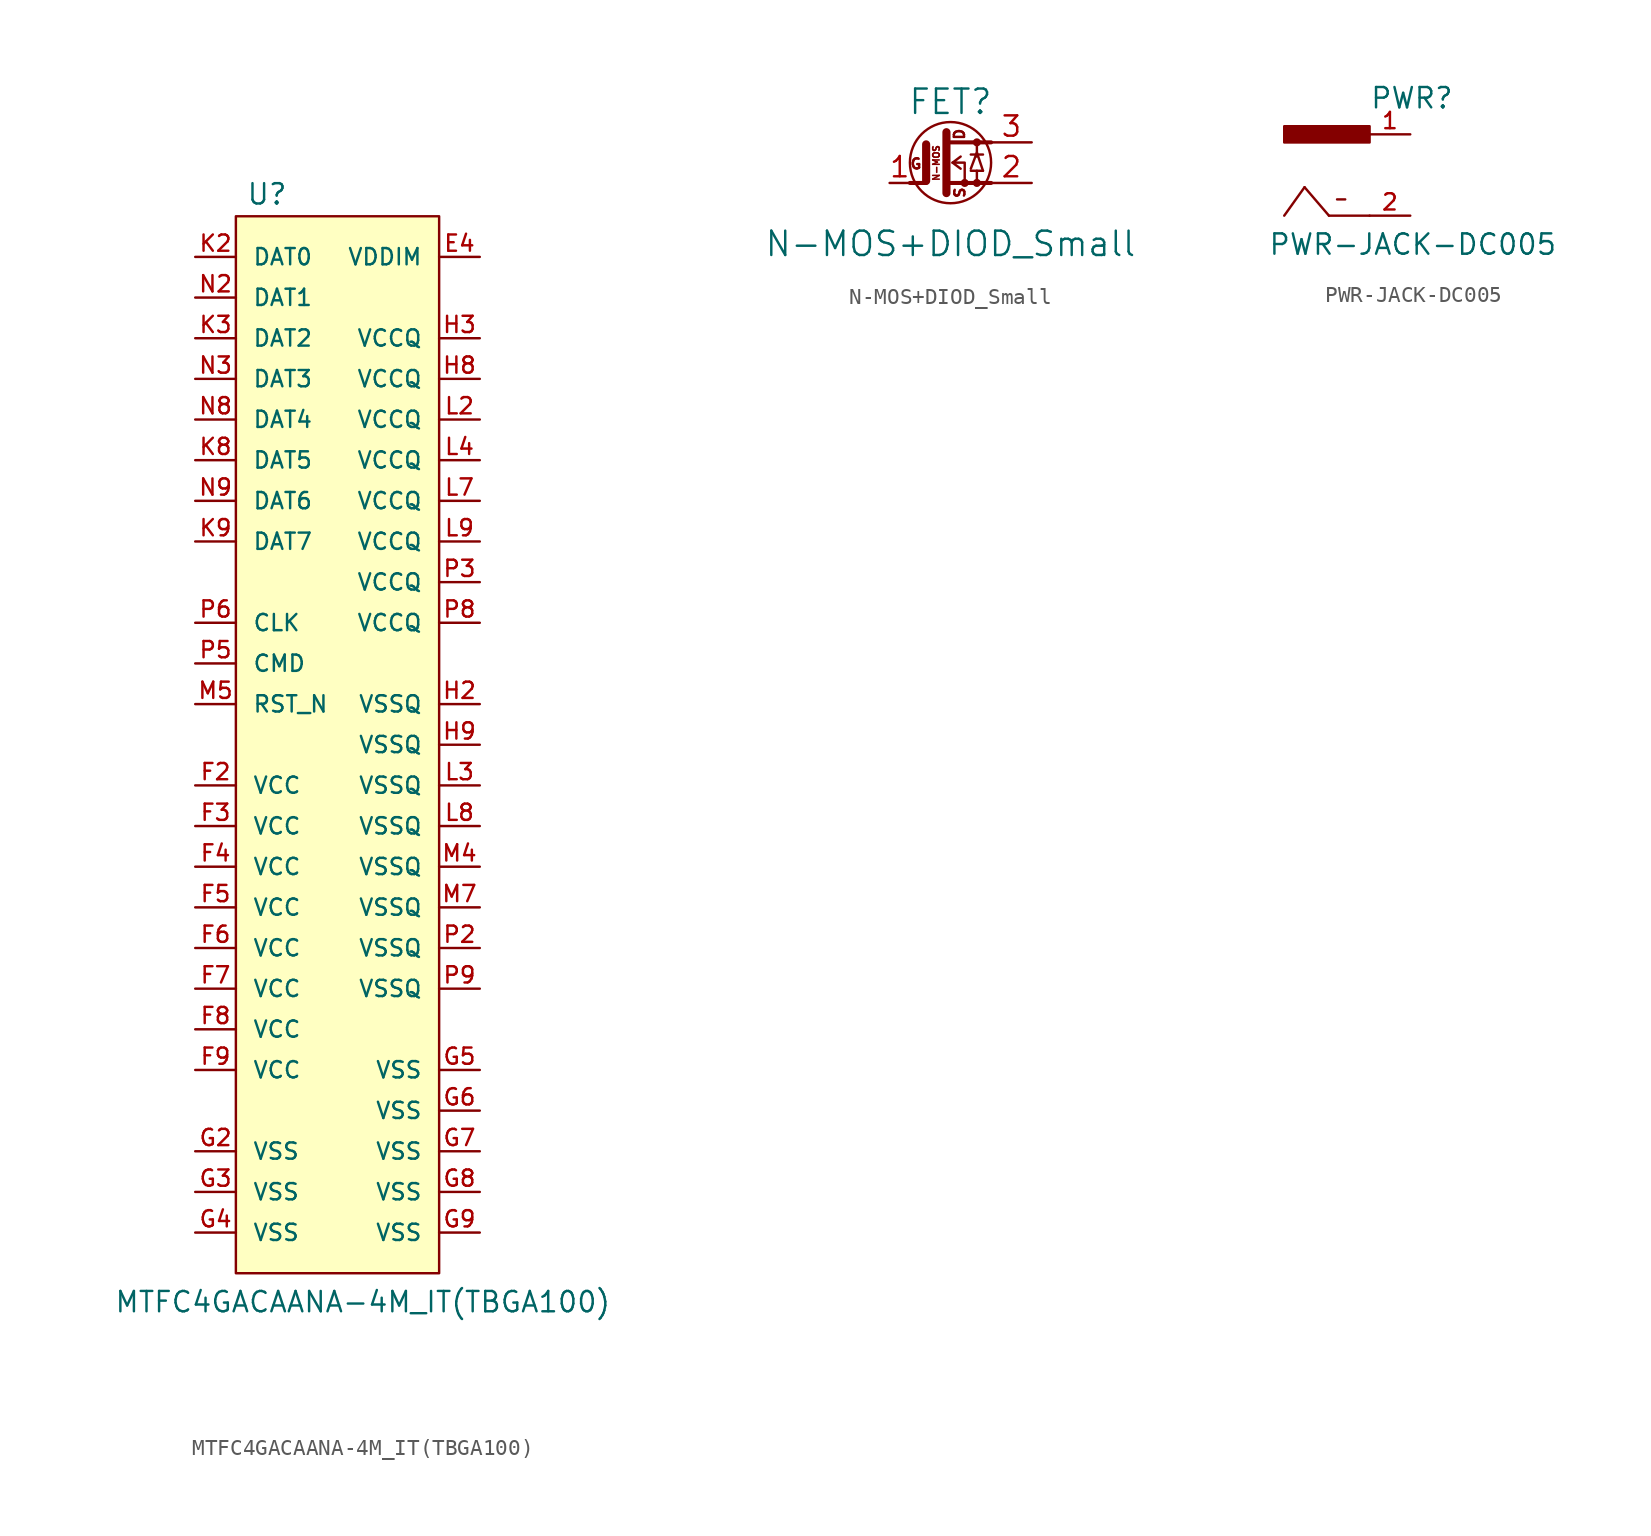
<source format=kicad_sym>
(kicad_symbol_lib
  (version 20241209)
  (generator "kicad_symbol_editor")
  (generator_version "9.0")
  (symbol "MTFC4GACAANA-4M_IT(TBGA100)"
    (pin_names
      (offset 1.016))
    (property "Reference" "U"
      (at -6.985 33.655 0)
      (effects (font (size 1.27 1.27)) (justify left bottom)))
    (property "Value" "MTFC4GACAANA-4M_IT(TBGA100)"
      (at -15.24 -35.56 0)
      (effects (font (size 1.27 1.27)) (justify left bottom)))
    (property "Datasheet" ""
      (at 0 0 0)
      (effects (font (size 1.524 1.524))))
    (symbol "MTFC4GACAANA-4M_IT(TBGA100)_1_0"
      (rectangle (start -7.62 33.02) (end 5.08 -33.02) (stroke (width 0) (type solid)) (fill (type background))))
    (symbol "MTFC4GACAANA-4M_IT(TBGA100)_1_1"
      (pin bidirectional line (at -10.16 30.48 0) (length 2.54) (name "DAT0" (effects (font (size 1.016 1.016)))) (number "K2" (effects (font (size 1.016 1.016)))))
      (pin bidirectional line (at -10.16 27.94 0) (length 2.54) (name "DAT1" (effects (font (size 1.016 1.016)))) (number "N2" (effects (font (size 1.016 1.016)))))
      (pin bidirectional line (at -10.16 25.4 0) (length 2.54) (name "DAT2" (effects (font (size 1.016 1.016)))) (number "K3" (effects (font (size 1.016 1.016)))))
      (pin bidirectional line (at -10.16 22.86 0) (length 2.54) (name "DAT3" (effects (font (size 1.016 1.016)))) (number "N3" (effects (font (size 1.016 1.016)))))
      (pin bidirectional line (at -10.16 20.32 0) (length 2.54) (name "DAT4" (effects (font (size 1.016 1.016)))) (number "N8" (effects (font (size 1.016 1.016)))))
      (pin bidirectional line (at -10.16 17.78 0) (length 2.54) (name "DAT5" (effects (font (size 1.016 1.016)))) (number "K8" (effects (font (size 1.016 1.016)))))
      (pin bidirectional line (at -10.16 15.24 0) (length 2.54) (name "DAT6" (effects (font (size 1.016 1.016)))) (number "N9" (effects (font (size 1.016 1.016)))))
      (pin bidirectional line (at -10.16 12.7 0) (length 2.54) (name "DAT7" (effects (font (size 1.016 1.016)))) (number "K9" (effects (font (size 1.016 1.016)))))
      (pin input line (at -10.16 7.62 0) (length 2.54) (name "CLK" (effects (font (size 1.016 1.016)))) (number "P6" (effects (font (size 1.016 1.016)))))
      (pin bidirectional line (at -10.16 5.08 0) (length 2.54) (name "CMD" (effects (font (size 1.016 1.016)))) (number "P5" (effects (font (size 1.016 1.016)))))
      (pin input line (at -10.16 2.54 0) (length 2.54) (name "RST_N" (effects (font (size 1.016 1.016)))) (number "M5" (effects (font (size 1.016 1.016)))))
      (pin power_in line (at -10.16 -2.54 0) (length 2.54) (name "VCC" (effects (font (size 1.016 1.016)))) (number "F2" (effects (font (size 1.016 1.016)))))
      (pin power_in line (at -10.16 -5.08 0) (length 2.54) (name "VCC" (effects (font (size 1.016 1.016)))) (number "F3" (effects (font (size 1.016 1.016)))))
      (pin power_in line (at -10.16 -7.62 0) (length 2.54) (name "VCC" (effects (font (size 1.016 1.016)))) (number "F4" (effects (font (size 1.016 1.016)))))
      (pin power_in line (at -10.16 -10.16 0) (length 2.54) (name "VCC" (effects (font (size 1.016 1.016)))) (number "F5" (effects (font (size 1.016 1.016)))))
      (pin power_in line (at -10.16 -12.7 0) (length 2.54) (name "VCC" (effects (font (size 1.016 1.016)))) (number "F6" (effects (font (size 1.016 1.016)))))
      (pin power_in line (at -10.16 -15.24 0) (length 2.54) (name "VCC" (effects (font (size 1.016 1.016)))) (number "F7" (effects (font (size 1.016 1.016)))))
      (pin power_in line (at -10.16 -17.78 0) (length 2.54) (name "VCC" (effects (font (size 1.016 1.016)))) (number "F8" (effects (font (size 1.016 1.016)))))
      (pin power_in line (at -10.16 -20.32 0) (length 2.54) (name "VCC" (effects (font (size 1.016 1.016)))) (number "F9" (effects (font (size 1.016 1.016)))))
      (pin power_in line (at -10.16 -25.4 0) (length 2.54) (name "VSS" (effects (font (size 1.016 1.016)))) (number "G2" (effects (font (size 1.016 1.016)))))
      (pin power_in line (at -10.16 -27.94 0) (length 2.54) (name "VSS" (effects (font (size 1.016 1.016)))) (number "G3" (effects (font (size 1.016 1.016)))))
      (pin power_in line (at -10.16 -30.48 0) (length 2.54) (name "VSS" (effects (font (size 1.016 1.016)))) (number "G4" (effects (font (size 1.016 1.016)))))
      (pin power_out line (at 7.62 30.48 180) (length 2.54) (name "VDDIM" (effects (font (size 1.016 1.016)))) (number "E4" (effects (font (size 1.016 1.016)))))
      (pin power_in line (at 7.62 25.4 180) (length 2.54) (name "VCCQ" (effects (font (size 1.016 1.016)))) (number "H3" (effects (font (size 1.016 1.016)))))
      (pin power_in line (at 7.62 22.86 180) (length 2.54) (name "VCCQ" (effects (font (size 1.016 1.016)))) (number "H8" (effects (font (size 1.016 1.016)))))
      (pin power_in line (at 7.62 20.32 180) (length 2.54) (name "VCCQ" (effects (font (size 1.016 1.016)))) (number "L2" (effects (font (size 1.016 1.016)))))
      (pin power_in line (at 7.62 17.78 180) (length 2.54) (name "VCCQ" (effects (font (size 1.016 1.016)))) (number "L4" (effects (font (size 1.016 1.016)))))
      (pin power_in line (at 7.62 15.24 180) (length 2.54) (name "VCCQ" (effects (font (size 1.016 1.016)))) (number "L7" (effects (font (size 1.016 1.016)))))
      (pin power_in line (at 7.62 12.7 180) (length 2.54) (name "VCCQ" (effects (font (size 1.016 1.016)))) (number "L9" (effects (font (size 1.016 1.016)))))
      (pin power_in line (at 7.62 10.16 180) (length 2.54) (name "VCCQ" (effects (font (size 1.016 1.016)))) (number "P3" (effects (font (size 1.016 1.016)))))
      (pin power_in line (at 7.62 7.62 180) (length 2.54) (name "VCCQ" (effects (font (size 1.016 1.016)))) (number "P8" (effects (font (size 1.016 1.016)))))
      (pin power_in line (at 7.62 2.54 180) (length 2.54) (name "VSSQ" (effects (font (size 1.016 1.016)))) (number "H2" (effects (font (size 1.016 1.016)))))
      (pin power_in line (at 7.62 0 180) (length 2.54) (name "VSSQ" (effects (font (size 1.016 1.016)))) (number "H9" (effects (font (size 1.016 1.016)))))
      (pin power_in line (at 7.62 -2.54 180) (length 2.54) (name "VSSQ" (effects (font (size 1.016 1.016)))) (number "L3" (effects (font (size 1.016 1.016)))))
      (pin power_in line (at 7.62 -5.08 180) (length 2.54) (name "VSSQ" (effects (font (size 1.016 1.016)))) (number "L8" (effects (font (size 1.016 1.016)))))
      (pin power_in line (at 7.62 -7.62 180) (length 2.54) (name "VSSQ" (effects (font (size 1.016 1.016)))) (number "M4" (effects (font (size 1.016 1.016)))))
      (pin power_in line (at 7.62 -10.16 180) (length 2.54) (name "VSSQ" (effects (font (size 1.016 1.016)))) (number "M7" (effects (font (size 1.016 1.016)))))
      (pin power_in line (at 7.62 -12.7 180) (length 2.54) (name "VSSQ" (effects (font (size 1.016 1.016)))) (number "P2" (effects (font (size 1.016 1.016)))))
      (pin power_in line (at 7.62 -15.24 180) (length 2.54) (name "VSSQ" (effects (font (size 1.016 1.016)))) (number "P9" (effects (font (size 1.016 1.016)))))
      (pin power_in line (at 7.62 -20.32 180) (length 2.54) (name "VSS" (effects (font (size 1.016 1.016)))) (number "G5" (effects (font (size 1.016 1.016)))))
      (pin power_in line (at 7.62 -22.86 180) (length 2.54) (name "VSS" (effects (font (size 1.016 1.016)))) (number "G6" (effects (font (size 1.016 1.016)))))
      (pin power_in line (at 7.62 -25.4 180) (length 2.54) (name "VSS" (effects (font (size 1.016 1.016)))) (number "G7" (effects (font (size 1.016 1.016)))))
      (pin power_in line (at 7.62 -27.94 180) (length 2.54) (name "VSS" (effects (font (size 1.016 1.016)))) (number "G8" (effects (font (size 1.016 1.016)))))
      (pin power_in line (at 7.62 -30.48 180) (length 2.54) (name "VSS" (effects (font (size 1.016 1.016)))) (number "G9" (effects (font (size 1.016 1.016)))))))
  (symbol "N-MOS+DIOD_Small"
    (pin_names
      (offset 0)
      (hide yes))
    (property "Reference" "FET"
      (at 0 3.81 0)
      (effects (font (size 1.524 1.524))))
    (property "Value" "N-MOS+DIOD_Small"
      (at 0 -5.08 0)
      (effects (font (size 1.524 1.524))))
    (property "Footprint" ""
      (at 0 0 90)
      (effects (font (size 1.524 1.524))))
    (property "Datasheet" ""
      (at 0 0 90)
      (effects (font (size 1.524 1.524))))
    (symbol "N-MOS+DIOD_Small_0_0"
      (text "N-MOS" (at -0.889 -0.025 900) (effects (font (size 0.406 0.406))))
      (text "D" (at 0.559 1.778 900) (effects (font (size 0.635 0.635))))
      (text "S" (at 0.584 -1.88 900) (effects (font (size 0.635 0.635)))))
    (symbol "N-MOS+DIOD_Small_0_1"
      (polyline (pts (xy -2.54 -1.27) (xy -1.524 -1.27)) (stroke (width 0.254) (type solid)) (fill (type none)))
      (polyline (pts (xy -1.524 -1.143) (xy -1.524 1.143)) (stroke (width 0.508) (type solid)) (fill (type none)))
      (polyline (pts (xy -0.254 -1.905) (xy -0.254 1.905)) (stroke (width 0.508) (type solid)) (fill (type none)))
      (circle (center 0 0) (radius 2.54) (stroke (width 0) (type solid)) (fill (type none)))
      (polyline (pts (xy 0.127 0) (xy 0.635 -0.381)) (stroke (width 0) (type solid)) (fill (type none)))
      (polyline (pts (xy 0.889 -1.27) (xy 0.889 0) (xy 0.127 0) (xy 0.635 0.381)) (stroke (width 0) (type solid)) (fill (type none)))
      (circle (center 0.889 -1.27) (radius 0.127) (stroke (width 0.254) (type solid)) (fill (type none)))
      (polyline (pts (xy 1.27 -0.381) (xy 1.651 0.635) (xy 2.032 -0.508)) (stroke (width 0) (type solid)) (fill (type none)))
      (circle (center 1.651 1.27) (radius 0.127) (stroke (width 0.254) (type solid)) (fill (type none)))
      (polyline (pts (xy 1.651 0.381) (xy 1.651 1.27)) (stroke (width 0) (type solid)) (fill (type none)))
      (polyline (pts (xy 1.651 -0.508) (xy 1.27 -0.508)) (stroke (width 0) (type solid)) (fill (type none)))
      (polyline (pts (xy 1.651 -1.27) (xy 1.651 -0.508) (xy 2.032 -0.508)) (stroke (width 0) (type solid)) (fill (type none)))
      (circle (center 1.651 -1.27) (radius 0.127) (stroke (width 0.254) (type solid)) (fill (type none)))
      (polyline (pts (xy 2.032 0.508) (xy 1.651 0.508) (xy 1.27 0.508)) (stroke (width 0) (type solid)) (fill (type none)))
      (polyline (pts (xy 2.54 1.27) (xy 0 1.27)) (stroke (width 0.254) (type solid)) (fill (type none)))
      (polyline (pts (xy 2.54 -1.27) (xy 0 -1.27)) (stroke (width 0.254) (type solid)) (fill (type none))))
    (symbol "N-MOS+DIOD_Small_1_0"
      (text "G" (at -2.159 -0.076 0) (effects (font (size 0.635 0.635)))))
    (symbol "N-MOS+DIOD_Small_1_1"
      (pin input line (at -3.81 -1.27 0) (length 1.27) (name "G" (effects (font (size 1.27 1.27)))) (number "1" (effects (font (size 1.27 1.27)))))
      (pin passive line (at 5.08 1.27 180) (length 2.54) (name "D" (effects (font (size 1.27 1.27)))) (number "3" (effects (font (size 1.27 1.27)))))
      (pin passive line (at 5.08 -1.27 180) (length 2.54) (name "S" (effects (font (size 1.27 1.27)))) (number "2" (effects (font (size 1.27 1.27)))))))
  (symbol "PWR-JACK-DC005"
    (pin_names
      (offset 1.016)
      (hide yes))
    (property "Reference" "PWR"
      (at 2.54 4.064 0)
      (effects (font (size 1.27 1.27)) (justify left bottom)))
    (property "Value" "PWR-JACK-DC005"
      (at -3.81 -5.08 0)
      (effects (font (size 1.27 1.27)) (justify left bottom)))
    (property "Datasheet" ""
      (at 0 0 0)
      (effects (font (size 1.524 1.524))))
    (symbol "PWR-JACK-DC005_1_0"
      (polyline (pts (xy -1.524 -0.762) (xy -2.794 -2.54)) (stroke (width 0) (type solid)) (fill (type none)))
      (polyline (pts (xy 0 -2.54) (xy -1.524 -0.762)) (stroke (width 0) (type solid)) (fill (type none)))
      (polyline (pts (xy 0.508 -1.524) (xy 1.016 -1.524)) (stroke (width 0) (type solid)) (fill (type none)))
      (polyline (pts (xy 2.54 -2.54) (xy 0 -2.54)) (stroke (width 0) (type solid)) (fill (type none))))
    (symbol "PWR-JACK-DC005_1_1"
      (rectangle (start 2.54 2.032) (end -2.794 3.048) (stroke (width 0) (type solid)) (fill (type outline)))
      (pin passive line (at 5.08 2.54 180) (length 2.54) (name "+" (effects (font (size 1.016 1.016)))) (number "1" (effects (font (size 1.016 1.016)))))
      (pin passive line (at 5.08 -2.54 180) (length 2.54) (name "-" (effects (font (size 1.016 1.016)))) (number "2" (effects (font (size 1.016 1.016))))))))
</source>
